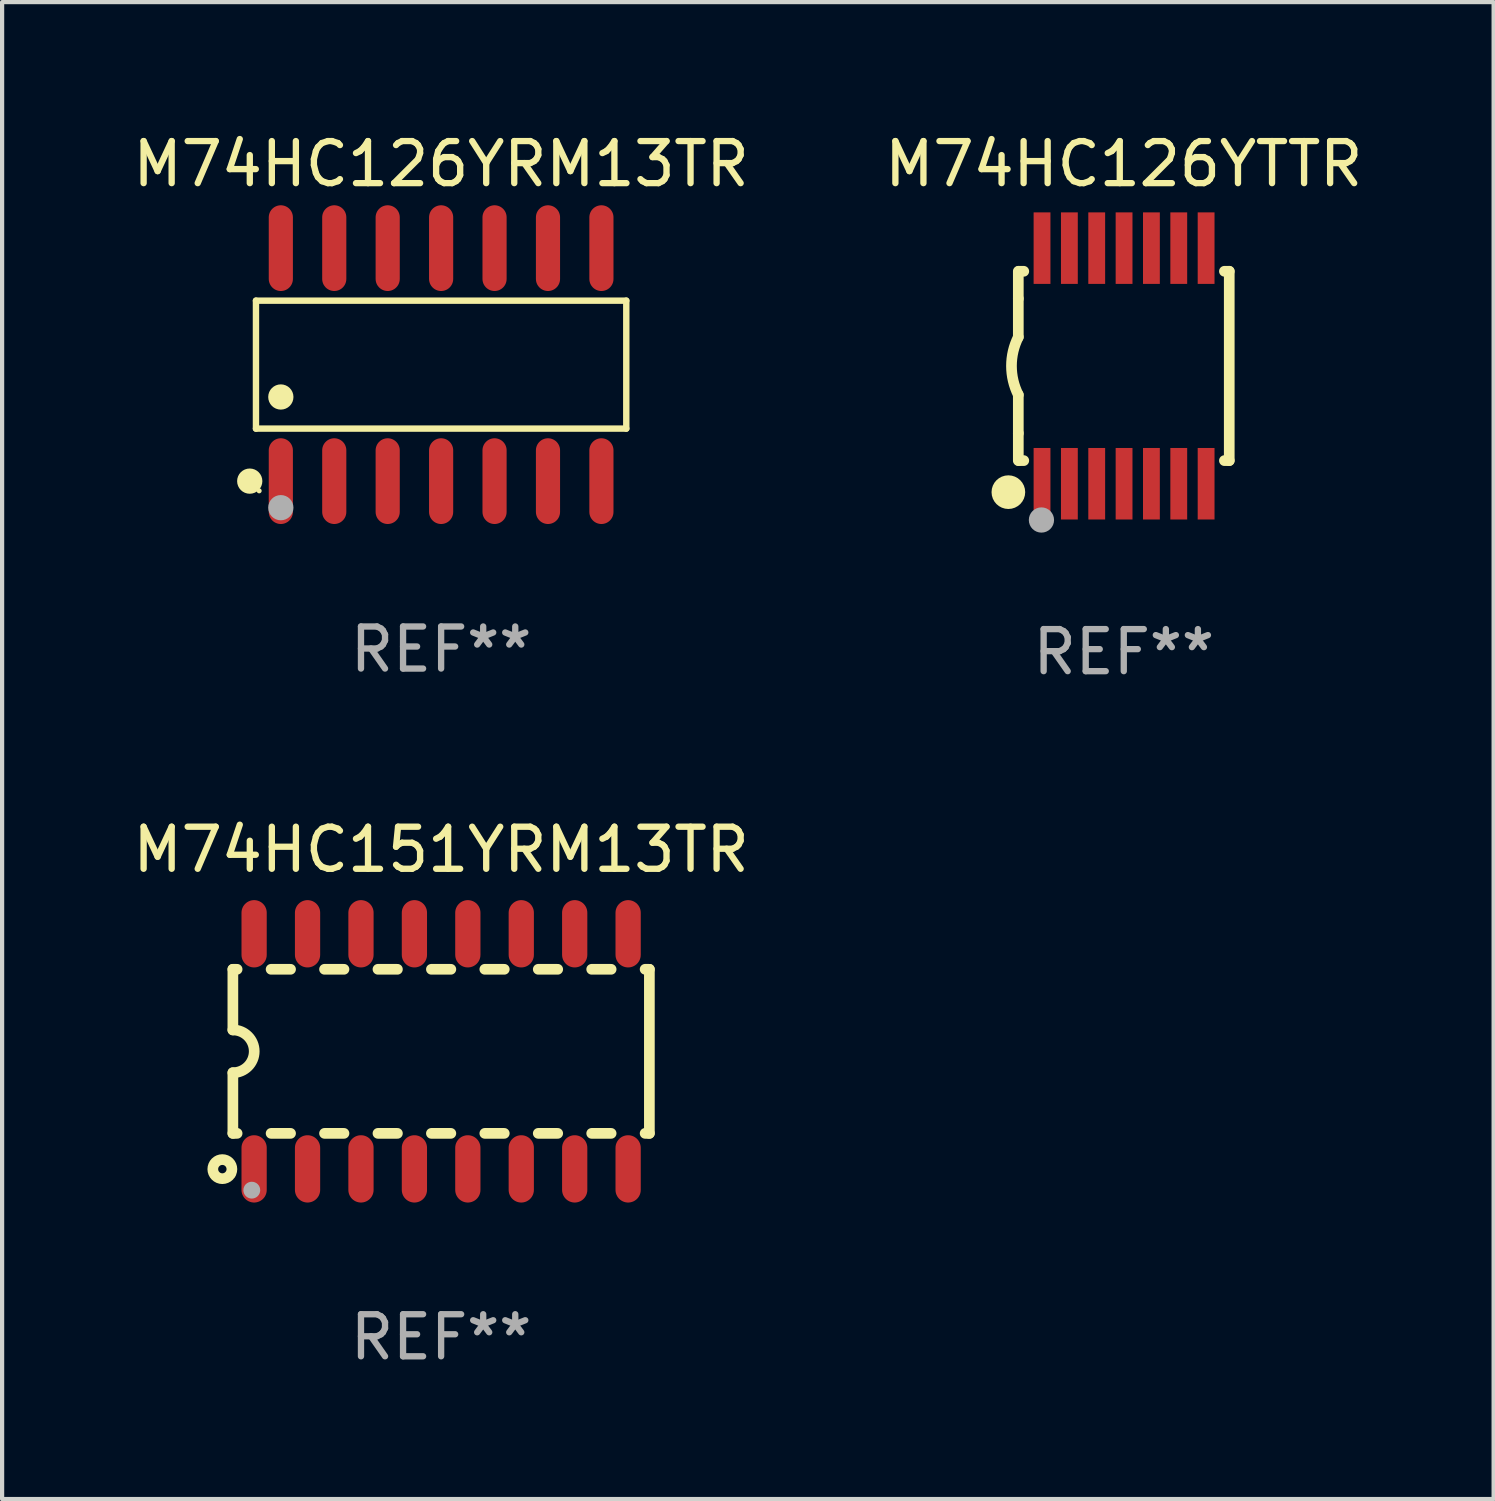
<source format=kicad_pcb>
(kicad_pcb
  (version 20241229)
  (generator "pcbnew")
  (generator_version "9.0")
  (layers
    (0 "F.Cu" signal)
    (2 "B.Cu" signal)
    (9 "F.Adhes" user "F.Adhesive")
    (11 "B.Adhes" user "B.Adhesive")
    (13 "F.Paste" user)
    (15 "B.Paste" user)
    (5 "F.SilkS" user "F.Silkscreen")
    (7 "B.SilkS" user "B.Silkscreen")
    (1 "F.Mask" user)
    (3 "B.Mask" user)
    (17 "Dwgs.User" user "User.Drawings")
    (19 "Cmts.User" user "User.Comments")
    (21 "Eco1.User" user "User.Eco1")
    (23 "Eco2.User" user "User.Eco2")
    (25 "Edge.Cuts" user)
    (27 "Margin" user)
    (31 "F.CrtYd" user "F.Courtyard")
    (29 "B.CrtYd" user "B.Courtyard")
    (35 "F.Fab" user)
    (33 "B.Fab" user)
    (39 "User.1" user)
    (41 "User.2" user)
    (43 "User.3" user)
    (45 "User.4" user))
  (footprint "M74HC151YRM13TR"
    (layer "F.Cu")
    (at 7.435 21.939)
    (property "Reference" "M74HC151YRM13TR" (at 0 -4.794 0) (layer "F.SilkS") (effects (font (size 1 1) (thickness 0.15))))
    (attr through_hole)
    (fp_line (start -4.95 -1.95) (end -4.95 -0.508) (stroke (width 0.254) (type solid)) (layer "F.SilkS"))
    (fp_line (start -4.95 -1.95) (end -4.849 -1.95) (stroke (width 0.254) (type solid)) (layer "F.SilkS"))
    (fp_line (start -4.95 1.95) (end -4.95 0.508) (stroke (width 0.254) (type solid)) (layer "F.SilkS"))
    (fp_line (start -4.95 1.95) (end -4.849 1.95) (stroke (width 0.254) (type solid)) (layer "F.SilkS"))
    (fp_line (start -4.041 -1.95) (end -3.579 -1.95) (stroke (width 0.254) (type solid)) (layer "F.SilkS"))
    (fp_line (start -4.041 1.95) (end -3.579 1.95) (stroke (width 0.254) (type solid)) (layer "F.SilkS"))
    (fp_line (start -2.771 -1.95) (end -2.309 -1.95) (stroke (width 0.254) (type solid)) (layer "F.SilkS"))
    (fp_line (start -2.771 1.95) (end -2.309 1.95) (stroke (width 0.254) (type solid)) (layer "F.SilkS"))
    (fp_line (start -1.501 -1.95) (end -1.039 -1.95) (stroke (width 0.254) (type solid)) (layer "F.SilkS"))
    (fp_line (start -1.501 1.95) (end -1.039 1.95) (stroke (width 0.254) (type solid)) (layer "F.SilkS"))
    (fp_line (start -0.231 -1.95) (end 0.231 -1.95) (stroke (width 0.254) (type solid)) (layer "F.SilkS"))
    (fp_line (start -0.231 1.95) (end 0.231 1.95) (stroke (width 0.254) (type solid)) (layer "F.SilkS"))
    (fp_line (start 1.039 -1.95) (end 1.501 -1.95) (stroke (width 0.254) (type solid)) (layer "F.SilkS"))
    (fp_line (start 1.039 1.95) (end 1.501 1.95) (stroke (width 0.254) (type solid)) (layer "F.SilkS"))
    (fp_line (start 2.309 -1.95) (end 2.771 -1.95) (stroke (width 0.254) (type solid)) (layer "F.SilkS"))
    (fp_line (start 2.309 1.95) (end 2.771 1.95) (stroke (width 0.254) (type solid)) (layer "F.SilkS"))
    (fp_line (start 3.579 -1.95) (end 4.041 -1.95) (stroke (width 0.254) (type solid)) (layer "F.SilkS"))
    (fp_line (start 3.579 1.95) (end 4.041 1.95) (stroke (width 0.254) (type solid)) (layer "F.SilkS"))
    (fp_line (start 4.849 -1.95) (end 4.95 -1.95) (stroke (width 0.254) (type solid)) (layer "F.SilkS"))
    (fp_line (start 4.849 1.95) (end 4.95 1.95) (stroke (width 0.254) (type solid)) (layer "F.SilkS"))
    (fp_line (start 4.95 -1.95) (end 4.95 1.95) (stroke (width 0.254) (type solid)) (layer "F.SilkS"))
    (fp_arc (start -4.95047 -0.508001) (mid -4.442469 -0.000228) (end -4.950013 0.508001) (stroke (width 0.254001) (type solid)) (layer "F.SilkS"))
    (fp_circle (center -5.2 2.8) (end -5.1 2.8) (stroke (width 0.254) (type solid)) (fill no) (layer "F.SilkS"))
    (fp_circle (center -4.95 2.947) (end -4.92 2.947) (stroke (width 0.06) (type solid)) (fill no) (layer "F.SilkS"))
    (fp_circle (center -4.5 3.3) (end -4.4 3.3) (stroke (width 0.2) (type solid)) (fill no) (layer "F.Fab"))
    (fp_text user "REF**" (at 0 6.794 0) (layer "F.Fab") (effects (font (size 1 1) (thickness 0.15))))
    (pad "1" smd oval (at -4.445 2.794) (size 0.6 1.6) (layers "F.Cu" "F.Mask" "F.Paste"))
    (pad "2" smd oval (at -3.175 2.794) (size 0.6 1.6) (layers "F.Cu" "F.Mask" "F.Paste"))
    (pad "3" smd oval (at -1.905 2.794) (size 0.6 1.6) (layers "F.Cu" "F.Mask" "F.Paste"))
    (pad "4" smd oval (at -0.635 2.794) (size 0.6 1.6) (layers "F.Cu" "F.Mask" "F.Paste"))
    (pad "5" smd oval (at 0.635 2.794) (size 0.6 1.6) (layers "F.Cu" "F.Mask" "F.Paste"))
    (pad "6" smd oval (at 1.905 2.794) (size 0.6 1.6) (layers "F.Cu" "F.Mask" "F.Paste"))
    (pad "7" smd oval (at 3.175 2.794) (size 0.6 1.6) (layers "F.Cu" "F.Mask" "F.Paste"))
    (pad "8" smd oval (at 4.445 2.794) (size 0.6 1.6) (layers "F.Cu" "F.Mask" "F.Paste"))
    (pad "9" smd oval (at 4.445 -2.794) (size 0.6 1.6) (layers "F.Cu" "F.Mask" "F.Paste"))
    (pad "10" smd oval (at 3.175 -2.794) (size 0.6 1.6) (layers "F.Cu" "F.Mask" "F.Paste"))
    (pad "11" smd oval (at 1.905 -2.794) (size 0.6 1.6) (layers "F.Cu" "F.Mask" "F.Paste"))
    (pad "12" smd oval (at 0.635 -2.794) (size 0.6 1.6) (layers "F.Cu" "F.Mask" "F.Paste"))
    (pad "13" smd oval (at -0.635 -2.794) (size 0.6 1.6) (layers "F.Cu" "F.Mask" "F.Paste"))
    (pad "14" smd oval (at -1.905 -2.794) (size 0.6 1.6) (layers "F.Cu" "F.Mask" "F.Paste"))
    (pad "15" smd oval (at -3.175 -2.794) (size 0.6 1.6) (layers "F.Cu" "F.Mask" "F.Paste"))
    (pad "16" smd oval (at -4.445 -2.794) (size 0.6 1.6) (layers "F.Cu" "F.Mask" "F.Paste")))
  (footprint "M74HC126YRM13TR"
    (layer "F.Cu")
    (at 7.435 5.617)
    (property "Reference" "M74HC126YRM13TR" (at 0 -4.769 0) (layer "F.SilkS") (effects (font (size 1 1) (thickness 0.15))))
    (attr through_hole)
    (fp_line (start -4.401 -1.521) (end 4.401 -1.521) (stroke (width 0.152) (type solid)) (layer "F.SilkS"))
    (fp_line (start -4.401 1.521) (end -4.401 -1.521) (stroke (width 0.152) (type solid)) (layer "F.SilkS"))
    (fp_line (start 4.401 -1.521) (end 4.401 1.521) (stroke (width 0.152) (type solid)) (layer "F.SilkS"))
    (fp_line (start 4.401 1.521) (end -4.401 1.521) (stroke (width 0.152) (type solid)) (layer "F.SilkS"))
    (fp_circle (center -4.549 2.769) (end -4.399 2.769) (stroke (width 0.3) (type solid)) (fill no) (layer "F.SilkS"))
    (fp_circle (center -4.325 3) (end -4.295 3) (stroke (width 0.06) (type solid)) (fill no) (layer "F.SilkS"))
    (fp_circle (center -3.81 0.769) (end -3.66 0.769) (stroke (width 0.3) (type solid)) (fill no) (layer "F.SilkS"))
    (fp_circle (center -3.81 3.4) (end -3.66 3.4) (stroke (width 0.3) (type solid)) (fill no) (layer "F.Fab"))
    (fp_text user "REF**" (at 0 6.769 0) (layer "F.Fab") (effects (font (size 1 1) (thickness 0.15))))
    (pad "1" smd oval (at -3.81 2.769) (size 0.574 2.038) (layers "F.Cu" "F.Mask" "F.Paste"))
    (pad "2" smd oval (at -2.54 2.769) (size 0.574 2.038) (layers "F.Cu" "F.Mask" "F.Paste"))
    (pad "3" smd oval (at -1.27 2.769) (size 0.574 2.038) (layers "F.Cu" "F.Mask" "F.Paste"))
    (pad "4" smd oval (at 0 2.769) (size 0.574 2.038) (layers "F.Cu" "F.Mask" "F.Paste"))
    (pad "5" smd oval (at 1.27 2.769) (size 0.574 2.038) (layers "F.Cu" "F.Mask" "F.Paste"))
    (pad "6" smd oval (at 2.54 2.769) (size 0.574 2.038) (layers "F.Cu" "F.Mask" "F.Paste"))
    (pad "7" smd oval (at 3.81 2.769) (size 0.574 2.038) (layers "F.Cu" "F.Mask" "F.Paste"))
    (pad "8" smd oval (at 3.81 -2.769) (size 0.574 2.038) (layers "F.Cu" "F.Mask" "F.Paste"))
    (pad "9" smd oval (at 2.54 -2.769) (size 0.574 2.038) (layers "F.Cu" "F.Mask" "F.Paste"))
    (pad "10" smd oval (at 1.27 -2.769) (size 0.574 2.038) (layers "F.Cu" "F.Mask" "F.Paste"))
    (pad "11" smd oval (at 0 -2.769) (size 0.574 2.038) (layers "F.Cu" "F.Mask" "F.Paste"))
    (pad "12" smd oval (at -1.27 -2.769) (size 0.574 2.038) (layers "F.Cu" "F.Mask" "F.Paste"))
    (pad "13" smd oval (at -2.54 -2.769) (size 0.574 2.038) (layers "F.Cu" "F.Mask" "F.Paste"))
    (pad "14" smd oval (at -3.81 -2.769) (size 0.574 2.038) (layers "F.Cu" "F.Mask" "F.Paste")))
  (footprint "M74HC126YTTR"
    (layer "F.Cu")
    (at 23.661 5.648)
    (property "Reference" "M74HC126YTTR" (at 0 -4.8 0) (layer "F.SilkS") (effects (font (size 1 1) (thickness 0.15))))
    (attr through_hole)
    (fp_line (start -2.507 -1.6) (end -2.507 -2.25) (stroke (width 0.254) (type solid)) (layer "F.SilkS"))
    (fp_line (start -2.507 -0.686) (end -2.507 -1.6) (stroke (width 0.254) (type solid)) (layer "F.SilkS"))
    (fp_line (start -2.507 1.6) (end -2.507 0.686) (stroke (width 0.254) (type solid)) (layer "F.SilkS"))
    (fp_line (start -2.507 1.6) (end -2.507 2.25) (stroke (width 0.254) (type solid)) (layer "F.SilkS"))
    (fp_line (start -2.493 -2.25) (end -2.377 -2.25) (stroke (width 0.254) (type solid)) (layer "F.SilkS"))
    (fp_line (start -2.377 2.25) (end -2.493 2.25) (stroke (width 0.254) (type solid)) (layer "F.SilkS"))
    (fp_line (start 2.392 -2.25) (end 2.507 -2.25) (stroke (width 0.254) (type solid)) (layer "F.SilkS"))
    (fp_line (start 2.507 -2.25) (end 2.507 2.25) (stroke (width 0.254) (type solid)) (layer "F.SilkS"))
    (fp_line (start 2.507 2.25) (end 2.392 2.25) (stroke (width 0.254) (type solid)) (layer "F.SilkS"))
    (fp_arc (start -2.507303 0.685802) (mid -2.669199 0) (end -2.507303 -0.685801) (stroke (width 0.254001) (type solid)) (layer "F.SilkS"))
    (fp_circle (center -2.743 3) (end -2.543 3) (stroke (width 0.4) (type solid)) (fill no) (layer "F.SilkS"))
    (fp_circle (center -2.493 3.2) (end -2.463 3.2) (stroke (width 0.06) (type solid)) (fill no) (layer "F.SilkS"))
    (fp_circle (center -1.957 3.662) (end -1.807 3.662) (stroke (width 0.3) (type solid)) (fill no) (layer "F.Fab"))
    (fp_text user "REF**" (at 0 6.8 0) (layer "F.Fab") (effects (font (size 1 1) (thickness 0.15))))
    (pad "1" smd rect (at -1.943 2.8) (size 0.4 1.7) (layers "F.Cu" "F.Mask" "F.Paste"))
    (pad "2" smd rect (at -1.293 2.8) (size 0.4 1.7) (layers "F.Cu" "F.Mask" "F.Paste"))
    (pad "3" smd rect (at -0.643 2.8) (size 0.4 1.7) (layers "F.Cu" "F.Mask" "F.Paste"))
    (pad "4" smd rect (at 0.007 2.8) (size 0.4 1.7) (layers "F.Cu" "F.Mask" "F.Paste"))
    (pad "5" smd rect (at 0.657 2.8) (size 0.4 1.7) (layers "F.Cu" "F.Mask" "F.Paste"))
    (pad "6" smd rect (at 1.307 2.8) (size 0.4 1.7) (layers "F.Cu" "F.Mask" "F.Paste"))
    (pad "7" smd rect (at 1.957 2.8) (size 0.4 1.7) (layers "F.Cu" "F.Mask" "F.Paste"))
    (pad "8" smd rect (at 1.957 -2.8) (size 0.4 1.7) (layers "F.Cu" "F.Mask" "F.Paste"))
    (pad "9" smd rect (at 1.307 -2.8) (size 0.4 1.7) (layers "F.Cu" "F.Mask" "F.Paste"))
    (pad "10" smd rect (at 0.657 -2.8) (size 0.4 1.7) (layers "F.Cu" "F.Mask" "F.Paste"))
    (pad "11" smd rect (at 0.007 -2.8) (size 0.4 1.7) (layers "F.Cu" "F.Mask" "F.Paste"))
    (pad "12" smd rect (at -0.643 -2.8) (size 0.4 1.7) (layers "F.Cu" "F.Mask" "F.Paste"))
    (pad "13" smd rect (at -1.293 -2.8) (size 0.4 1.7) (layers "F.Cu" "F.Mask" "F.Paste"))
    (pad "14" smd rect (at -1.943 -2.8) (size 0.4 1.7) (layers "F.Cu" "F.Mask" "F.Paste")))
  (gr_rect
    (start -3 -3)
    (end 32.452 32.581)
    (stroke (width 0.1) (type default))
    (fill no)
    (layer "Edge.Cuts")))
</source>
